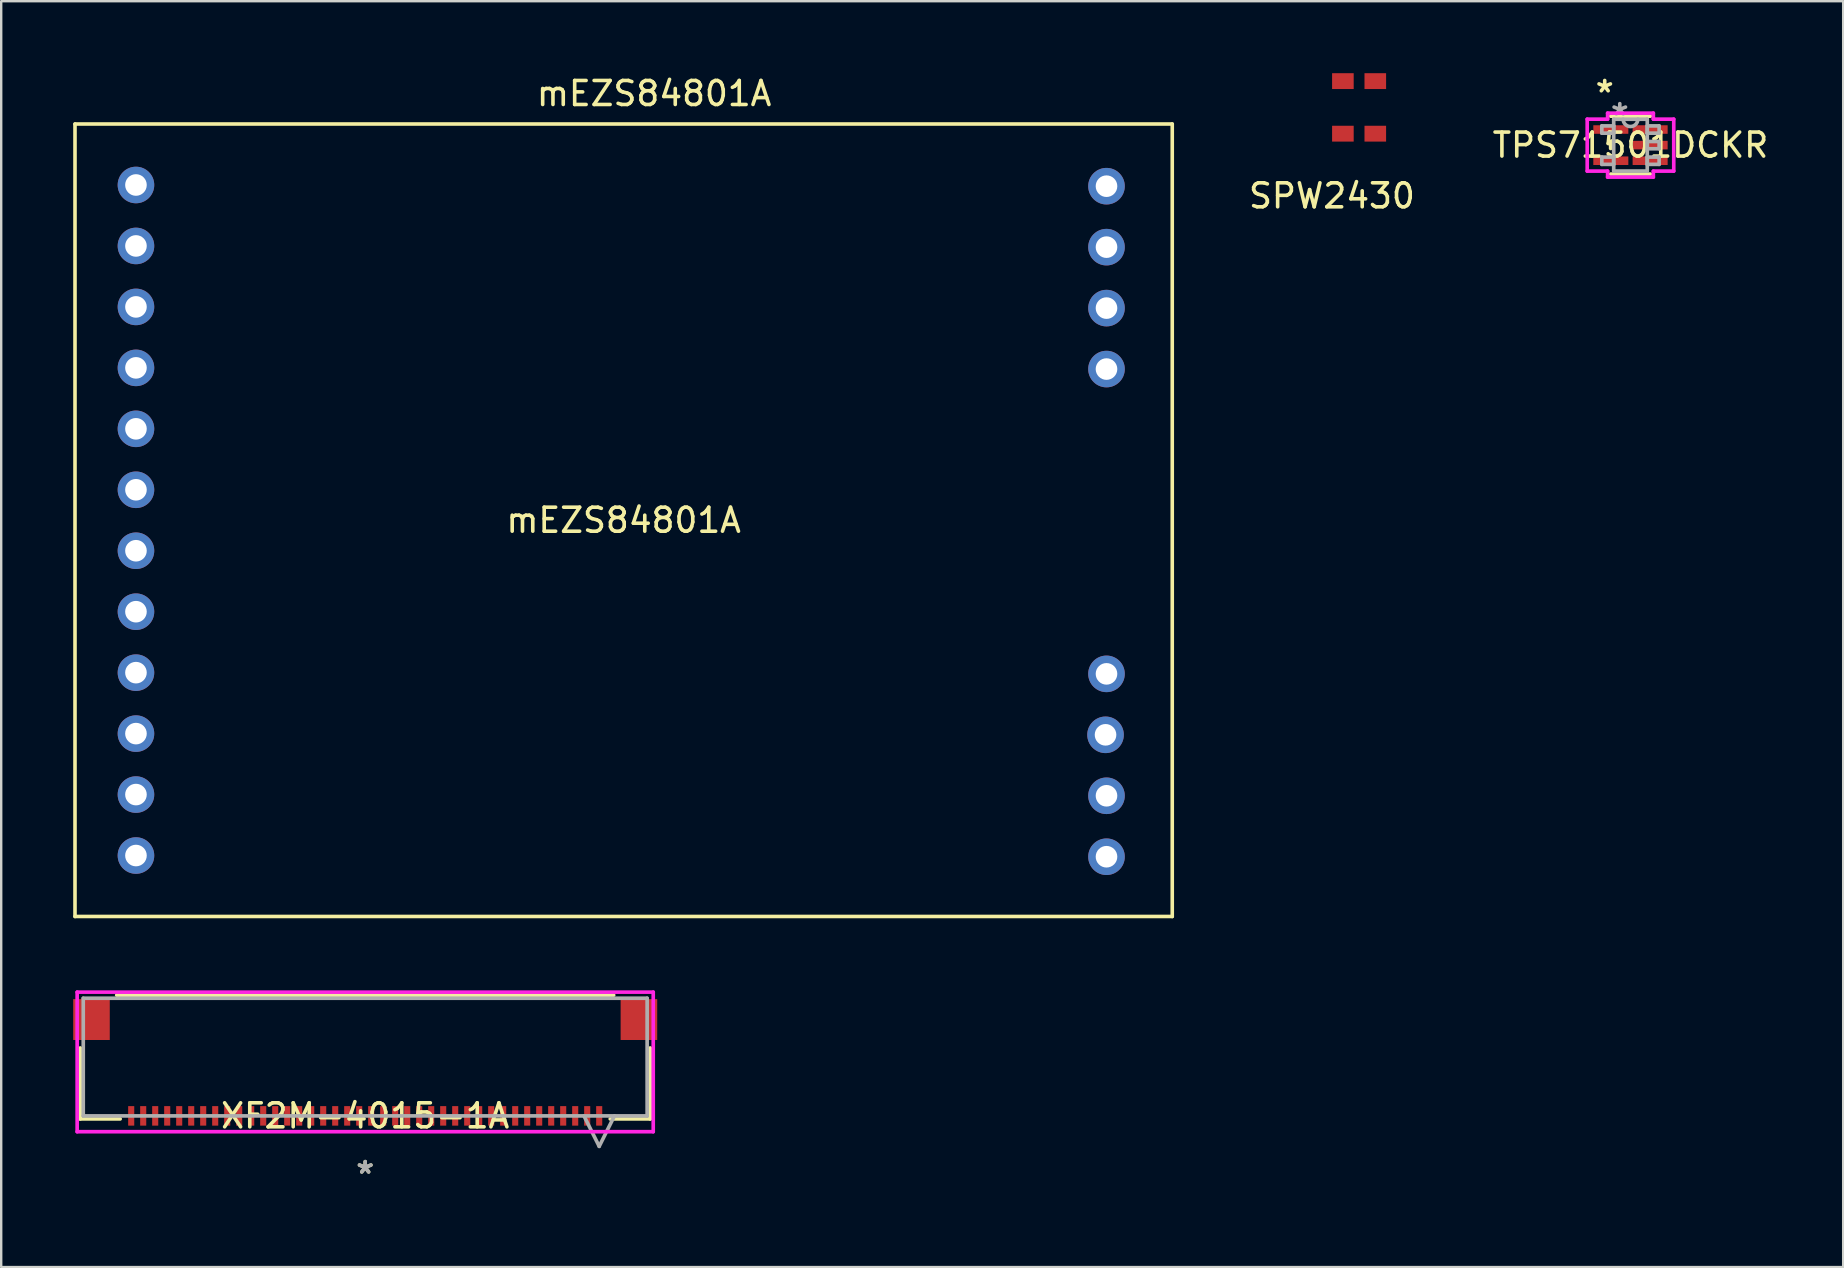
<source format=kicad_pcb>
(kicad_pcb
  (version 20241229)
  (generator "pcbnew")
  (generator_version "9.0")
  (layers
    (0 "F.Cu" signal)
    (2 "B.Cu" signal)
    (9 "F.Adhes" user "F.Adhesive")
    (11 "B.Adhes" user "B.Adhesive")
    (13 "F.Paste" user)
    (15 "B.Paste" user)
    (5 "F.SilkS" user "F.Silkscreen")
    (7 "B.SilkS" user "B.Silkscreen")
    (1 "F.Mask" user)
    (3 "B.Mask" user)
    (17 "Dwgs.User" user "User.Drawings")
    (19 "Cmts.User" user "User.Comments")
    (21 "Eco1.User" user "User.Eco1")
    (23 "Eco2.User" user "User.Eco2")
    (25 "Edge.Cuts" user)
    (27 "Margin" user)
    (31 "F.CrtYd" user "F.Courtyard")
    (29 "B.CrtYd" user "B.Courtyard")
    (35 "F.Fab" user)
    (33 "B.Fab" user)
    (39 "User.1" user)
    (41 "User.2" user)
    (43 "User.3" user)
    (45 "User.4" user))
  (footprint "XF2M-4015-1A"
    (layer "F.Cu")
    (at 12.167 45.897)
    (property "Reference" "XF2M-4015-1A" (at 0 -2.451 0) (layer "F.SilkS") (effects (font (size 1 1) (thickness 0.15))))
    (attr through_hole)
    (fp_line (start -11.874 -5.281) (end -11.874 -2.324) (stroke (width 0.152) (type solid)) (layer "F.SilkS"))
    (fp_line (start -11.874 -2.324) (end -10.21 -2.324) (stroke (width 0.152) (type solid)) (layer "F.SilkS"))
    (fp_line (start 10.21 -2.324) (end 11.874 -2.324) (stroke (width 0.152) (type solid)) (layer "F.SilkS"))
    (fp_line (start 10.354 -7.48) (end -10.354 -7.48) (stroke (width 0.152) (type solid)) (layer "F.SilkS"))
    (fp_line (start 11.874 -2.324) (end 11.874 -5.281) (stroke (width 0.152) (type solid)) (layer "F.SilkS"))
    (fp_line (start -12.002 -7.607) (end -12.002 -1.791) (stroke (width 0.152) (type solid)) (layer "F.CrtYd"))
    (fp_line (start -12.002 -1.791) (end 12.002 -1.791) (stroke (width 0.152) (type solid)) (layer "F.CrtYd"))
    (fp_line (start 12.002 -7.607) (end -12.002 -7.607) (stroke (width 0.152) (type solid)) (layer "F.CrtYd"))
    (fp_line (start 12.002 -1.791) (end 12.002 -7.607) (stroke (width 0.152) (type solid)) (layer "F.CrtYd"))
    (fp_line (start -11.748 -7.353) (end -11.748 -2.451) (stroke (width 0.152) (type solid)) (layer "F.Fab"))
    (fp_line (start -11.748 -2.451) (end 11.748 -2.451) (stroke (width 0.152) (type solid)) (layer "F.Fab"))
    (fp_line (start 9.115 -2.451) (end 9.75 -1.181) (stroke (width 0.152) (type solid)) (layer "F.Fab"))
    (fp_line (start 10.385 -2.451) (end 9.75 -1.181) (stroke (width 0.152) (type solid)) (layer "F.Fab"))
    (fp_line (start 11.748 -7.353) (end -11.748 -7.353) (stroke (width 0.152) (type solid)) (layer "F.Fab"))
    (fp_line (start 11.748 -2.451) (end 11.748 -7.353) (stroke (width 0.152) (type solid)) (layer "F.Fab"))
    (fp_text user "*" (at 0 0 0) (layer "F.SilkS") (effects (font (size 1 1) (thickness 0.15))))
    (fp_text user "Copyright 2016 Accelerated Designs. All rights reserved." (at 0 0 0) (layer "Cmts.User") (effects (font (size 0.127 0.127) (thickness 0.002))))
    (fp_text user "*" (at 0 0 0) (layer "F.Fab") (effects (font (size 1 1) (thickness 0.15))))
    (pad "1" smd rect (at 9.75 -2.451 90) (size 0.813 0.254) (layers "F.Cu" "F.Mask" "F.Paste"))
    (pad "2" smd rect (at 9.25 -2.451 90) (size 0.813 0.254) (layers "F.Cu" "F.Mask" "F.Paste"))
    (pad "3" smd rect (at 8.75 -2.451 90) (size 0.813 0.254) (layers "F.Cu" "F.Mask" "F.Paste"))
    (pad "4" smd rect (at 8.25 -2.451 90) (size 0.813 0.254) (layers "F.Cu" "F.Mask" "F.Paste"))
    (pad "5" smd rect (at 7.75 -2.451 90) (size 0.813 0.254) (layers "F.Cu" "F.Mask" "F.Paste"))
    (pad "6" smd rect (at 7.25 -2.451 90) (size 0.813 0.254) (layers "F.Cu" "F.Mask" "F.Paste"))
    (pad "7" smd rect (at 6.75 -2.451 90) (size 0.813 0.254) (layers "F.Cu" "F.Mask" "F.Paste"))
    (pad "8" smd rect (at 6.25 -2.451 90) (size 0.813 0.254) (layers "F.Cu" "F.Mask" "F.Paste"))
    (pad "9" smd rect (at 5.75 -2.451 90) (size 0.813 0.254) (layers "F.Cu" "F.Mask" "F.Paste"))
    (pad "10" smd rect (at 5.25 -2.451 90) (size 0.813 0.254) (layers "F.Cu" "F.Mask" "F.Paste"))
    (pad "11" smd rect (at 4.75 -2.451 90) (size 0.813 0.254) (layers "F.Cu" "F.Mask" "F.Paste"))
    (pad "12" smd rect (at 4.25 -2.451 90) (size 0.813 0.254) (layers "F.Cu" "F.Mask" "F.Paste"))
    (pad "13" smd rect (at 3.75 -2.451 90) (size 0.813 0.254) (layers "F.Cu" "F.Mask" "F.Paste"))
    (pad "14" smd rect (at 3.25 -2.451 90) (size 0.813 0.254) (layers "F.Cu" "F.Mask" "F.Paste"))
    (pad "15" smd rect (at 2.75 -2.451 90) (size 0.813 0.254) (layers "F.Cu" "F.Mask" "F.Paste"))
    (pad "16" smd rect (at 2.25 -2.451 90) (size 0.813 0.254) (layers "F.Cu" "F.Mask" "F.Paste"))
    (pad "17" smd rect (at 1.75 -2.451 90) (size 0.813 0.254) (layers "F.Cu" "F.Mask" "F.Paste"))
    (pad "18" smd rect (at 1.25 -2.451 90) (size 0.813 0.254) (layers "F.Cu" "F.Mask" "F.Paste"))
    (pad "19" smd rect (at 0.75 -2.451 90) (size 0.813 0.254) (layers "F.Cu" "F.Mask" "F.Paste"))
    (pad "20" smd rect (at 0.25 -2.451 90) (size 0.813 0.254) (layers "F.Cu" "F.Mask" "F.Paste"))
    (pad "21" smd rect (at -0.25 -2.451 90) (size 0.813 0.254) (layers "F.Cu" "F.Mask" "F.Paste"))
    (pad "22" smd rect (at -0.75 -2.451 90) (size 0.813 0.254) (layers "F.Cu" "F.Mask" "F.Paste"))
    (pad "23" smd rect (at -1.25 -2.451 90) (size 0.813 0.254) (layers "F.Cu" "F.Mask" "F.Paste"))
    (pad "24" smd rect (at -1.75 -2.451 90) (size 0.813 0.254) (layers "F.Cu" "F.Mask" "F.Paste"))
    (pad "25" smd rect (at -2.25 -2.451 90) (size 0.813 0.254) (layers "F.Cu" "F.Mask" "F.Paste"))
    (pad "26" smd rect (at -2.75 -2.451 90) (size 0.813 0.254) (layers "F.Cu" "F.Mask" "F.Paste"))
    (pad "27" smd rect (at -3.25 -2.451 90) (size 0.813 0.254) (layers "F.Cu" "F.Mask" "F.Paste"))
    (pad "28" smd rect (at -3.75 -2.451 90) (size 0.813 0.254) (layers "F.Cu" "F.Mask" "F.Paste"))
    (pad "29" smd rect (at -4.25 -2.451 90) (size 0.813 0.254) (layers "F.Cu" "F.Mask" "F.Paste"))
    (pad "30" smd rect (at -4.75 -2.451 90) (size 0.813 0.254) (layers "F.Cu" "F.Mask" "F.Paste"))
    (pad "31" smd rect (at -5.25 -2.451 90) (size 0.813 0.254) (layers "F.Cu" "F.Mask" "F.Paste"))
    (pad "32" smd rect (at -5.75 -2.451 90) (size 0.813 0.254) (layers "F.Cu" "F.Mask" "F.Paste"))
    (pad "33" smd rect (at -6.25 -2.451 90) (size 0.813 0.254) (layers "F.Cu" "F.Mask" "F.Paste"))
    (pad "34" smd rect (at -6.75 -2.451 90) (size 0.813 0.254) (layers "F.Cu" "F.Mask" "F.Paste"))
    (pad "35" smd rect (at -7.25 -2.451 90) (size 0.813 0.254) (layers "F.Cu" "F.Mask" "F.Paste"))
    (pad "36" smd rect (at -7.75 -2.451 90) (size 0.813 0.254) (layers "F.Cu" "F.Mask" "F.Paste"))
    (pad "37" smd rect (at -8.25 -2.451 90) (size 0.813 0.254) (layers "F.Cu" "F.Mask" "F.Paste"))
    (pad "38" smd rect (at -8.75 -2.451 90) (size 0.813 0.254) (layers "F.Cu" "F.Mask" "F.Paste"))
    (pad "39" smd rect (at -9.25 -2.451 90) (size 0.813 0.254) (layers "F.Cu" "F.Mask" "F.Paste"))
    (pad "40" smd rect (at -9.75 -2.451 90) (size 0.813 0.254) (layers "F.Cu" "F.Mask" "F.Paste"))
    (pad "41" smd rect (at -11.405 -6.464) (size 1.524 1.702) (layers "F.Cu" "F.Mask" "F.Paste"))
    (pad "42" smd rect (at 11.405 -6.464) (size 1.524 1.702) (layers "F.Cu" "F.Mask" "F.Paste")))
  (footprint "mEZS84801A"
    (layer "F.Cu")
    (at 2.615 4.658)
    (property "Reference" "mEZS84801A" (at 21.59 -3.81 0) (layer "F.SilkS") (effects (font (size 1 1) (thickness 0.15))))
    (attr through_hole)
    (fp_line (start -2.54 -2.54) (end 43.18 -2.54) (stroke (width 0.15) (type solid)) (layer "F.SilkS"))
    (fp_line (start -2.54 30.48) (end -2.54 -2.54) (stroke (width 0.15) (type solid)) (layer "F.SilkS"))
    (fp_line (start 43.18 -2.54) (end 43.18 30.48) (stroke (width 0.15) (type solid)) (layer "F.SilkS"))
    (fp_line (start 43.18 30.48) (end -2.54 30.48) (stroke (width 0.15) (type solid)) (layer "F.SilkS"))
    (fp_text user "mEZS84801A" (at 20.32 13.97 0) (layer "F.SilkS") (effects (font (size 1 1) (thickness 0.15))))
    (pad "1" thru_hole circle (at 0 0) (size 1.524 1.524) (drill 0.9) (layers "*.Cu" "*.Mask"))
    (pad "2" thru_hole circle (at 0 2.54) (size 1.524 1.524) (drill 0.9) (layers "*.Cu" "*.Mask"))
    (pad "3" thru_hole circle (at 0 5.08) (size 1.524 1.524) (drill 0.9) (layers "*.Cu" "*.Mask"))
    (pad "4" thru_hole circle (at 0 7.62) (size 1.524 1.524) (drill 0.9) (layers "*.Cu" "*.Mask"))
    (pad "5" thru_hole circle (at 0 10.16) (size 1.524 1.524) (drill 0.9) (layers "*.Cu" "*.Mask"))
    (pad "6" thru_hole circle (at 0 12.7) (size 1.524 1.524) (drill 0.9) (layers "*.Cu" "*.Mask"))
    (pad "7" thru_hole circle (at 0 15.24) (size 1.524 1.524) (drill 0.9) (layers "*.Cu" "*.Mask"))
    (pad "8" thru_hole circle (at 0 17.78) (size 1.524 1.524) (drill 0.9) (layers "*.Cu" "*.Mask"))
    (pad "9" thru_hole circle (at 0 20.32) (size 1.524 1.524) (drill 0.9) (layers "*.Cu" "*.Mask"))
    (pad "10" thru_hole circle (at 0 22.86) (size 1.524 1.524) (drill 0.9) (layers "*.Cu" "*.Mask"))
    (pad "11" thru_hole circle (at 0 25.4) (size 1.524 1.524) (drill 0.9) (layers "*.Cu" "*.Mask"))
    (pad "12" thru_hole circle (at 0 27.94) (size 1.524 1.524) (drill 0.9) (layers "*.Cu" "*.Mask"))
    (pad "13" thru_hole circle (at 40.44 27.99) (size 1.524 1.524) (drill 0.9) (layers "*.Cu" "*.Mask"))
    (pad "14" thru_hole circle (at 40.44 25.45) (size 1.524 1.524) (drill 0.9) (layers "*.Cu" "*.Mask"))
    (pad "15" thru_hole circle (at 40.4 22.91) (size 1.524 1.524) (drill 0.9) (layers "*.Cu" "*.Mask"))
    (pad "16" thru_hole circle (at 40.44 20.37) (size 1.524 1.524) (drill 0.9) (layers "*.Cu" "*.Mask"))
    (pad "17" thru_hole circle (at 40.44 7.67) (size 1.524 1.524) (drill 0.9) (layers "*.Cu" "*.Mask"))
    (pad "18" thru_hole circle (at 40.44 5.13) (size 1.524 1.524) (drill 0.9) (layers "*.Cu" "*.Mask"))
    (pad "19" thru_hole circle (at 40.44 2.59) (size 1.524 1.524) (drill 0.9) (layers "*.Cu" "*.Mask"))
    (pad "20" thru_hole circle (at 40.44 0.05) (size 1.524 1.524) (drill 0.9) (layers "*.Cu" "*.Mask")))
  (footprint "SPW2430"
    (layer "F.Cu")
    (at 52.905 2.52)
    (property "Reference" "SPW2430" (at -0.457 2.591 0) (layer "F.SilkS") (effects (font (size 1 1) (thickness 0.15))))
    (attr through_hole)
    (pad "1" smd rect (at 1.35 -2.19 90) (size 0.66 0.9) (layers "F.Cu" "F.Mask" "F.Paste"))
    (pad "2" smd rect (at 1.35 0 90) (size 0.66 0.9) (layers "F.Cu" "F.Mask" "F.Paste"))
    (pad "3" smd rect (at 0 0) (size 0.9 0.66) (layers "F.Cu" "F.Mask" "F.Paste"))
    (pad "4" smd rect (at 0 -2.19 90) (size 0.66 0.9) (layers "F.Cu" "F.Mask" "F.Paste")))
  (footprint "TPS71501DCKR"
    (layer "F.Cu")
    (at 64.888 2.997)
    (property "Reference" "TPS71501DCKR" (at 0 0 0) (layer "F.SilkS") (effects (font (size 1 1) (thickness 0.15))))
    (attr through_hole)
    (fp_line (start -0.826 -0.139) (end -0.826 0.139) (stroke (width 0.152) (type solid)) (layer "F.SilkS"))
    (fp_line (start -0.826 1.206) (end 0.826 1.206) (stroke (width 0.152) (type solid)) (layer "F.SilkS"))
    (fp_line (start 0.826 -1.206) (end -0.826 -1.206) (stroke (width 0.152) (type solid)) (layer "F.SilkS"))
    (fp_line (start -1.803 -1.082) (end -0.953 -1.082) (stroke (width 0.152) (type solid)) (layer "F.CrtYd"))
    (fp_line (start -1.803 1.082) (end -1.803 -1.082) (stroke (width 0.152) (type solid)) (layer "F.CrtYd"))
    (fp_line (start -0.953 -1.333) (end 0.953 -1.333) (stroke (width 0.152) (type solid)) (layer "F.CrtYd"))
    (fp_line (start -0.953 -1.082) (end -0.953 -1.333) (stroke (width 0.152) (type solid)) (layer "F.CrtYd"))
    (fp_line (start -0.953 1.082) (end -1.803 1.082) (stroke (width 0.152) (type solid)) (layer "F.CrtYd"))
    (fp_line (start -0.953 1.333) (end -0.953 1.082) (stroke (width 0.152) (type solid)) (layer "F.CrtYd"))
    (fp_line (start 0.953 -1.333) (end 0.953 -1.082) (stroke (width 0.152) (type solid)) (layer "F.CrtYd"))
    (fp_line (start 0.953 -1.082) (end 1.803 -1.082) (stroke (width 0.152) (type solid)) (layer "F.CrtYd"))
    (fp_line (start 0.953 1.082) (end 0.953 1.333) (stroke (width 0.152) (type solid)) (layer "F.CrtYd"))
    (fp_line (start 0.953 1.333) (end -0.953 1.333) (stroke (width 0.152) (type solid)) (layer "F.CrtYd"))
    (fp_line (start 1.803 -1.082) (end 1.803 1.082) (stroke (width 0.152) (type solid)) (layer "F.CrtYd"))
    (fp_line (start 1.803 1.082) (end 0.953 1.082) (stroke (width 0.152) (type solid)) (layer "F.CrtYd"))
    (fp_line (start -1.194 -0.802) (end -1.194 -0.498) (stroke (width 0.152) (type solid)) (layer "F.Fab"))
    (fp_line (start -1.194 -0.498) (end -0.699 -0.498) (stroke (width 0.152) (type solid)) (layer "F.Fab"))
    (fp_line (start -1.194 0.498) (end -1.194 0.802) (stroke (width 0.152) (type solid)) (layer "F.Fab"))
    (fp_line (start -1.194 0.802) (end -0.699 0.802) (stroke (width 0.152) (type solid)) (layer "F.Fab"))
    (fp_line (start -0.699 -1.079) (end -0.699 1.079) (stroke (width 0.152) (type solid)) (layer "F.Fab"))
    (fp_line (start -0.699 -0.802) (end -1.194 -0.802) (stroke (width 0.152) (type solid)) (layer "F.Fab"))
    (fp_line (start -0.699 -0.498) (end -0.699 -0.802) (stroke (width 0.152) (type solid)) (layer "F.Fab"))
    (fp_line (start -0.699 0.498) (end -1.194 0.498) (stroke (width 0.152) (type solid)) (layer "F.Fab"))
    (fp_line (start -0.699 0.802) (end -0.699 0.498) (stroke (width 0.152) (type solid)) (layer "F.Fab"))
    (fp_line (start -0.699 1.079) (end 0.699 1.079) (stroke (width 0.152) (type solid)) (layer "F.Fab"))
    (fp_line (start 0.699 -1.079) (end -0.699 -1.079) (stroke (width 0.152) (type solid)) (layer "F.Fab"))
    (fp_line (start 0.699 -0.802) (end 0.699 -0.498) (stroke (width 0.152) (type solid)) (layer "F.Fab"))
    (fp_line (start 0.699 -0.498) (end 1.194 -0.498) (stroke (width 0.152) (type solid)) (layer "F.Fab"))
    (fp_line (start 0.699 -0.152) (end 0.699 0.152) (stroke (width 0.152) (type solid)) (layer "F.Fab"))
    (fp_line (start 0.699 0.152) (end 1.194 0.152) (stroke (width 0.152) (type solid)) (layer "F.Fab"))
    (fp_line (start 0.699 0.498) (end 0.699 0.802) (stroke (width 0.152) (type solid)) (layer "F.Fab"))
    (fp_line (start 0.699 0.802) (end 1.194 0.802) (stroke (width 0.152) (type solid)) (layer "F.Fab"))
    (fp_line (start 0.699 1.079) (end 0.699 -1.079) (stroke (width 0.152) (type solid)) (layer "F.Fab"))
    (fp_line (start 1.194 -0.802) (end 0.699 -0.802) (stroke (width 0.152) (type solid)) (layer "F.Fab"))
    (fp_line (start 1.194 -0.498) (end 1.194 -0.802) (stroke (width 0.152) (type solid)) (layer "F.Fab"))
    (fp_line (start 1.194 -0.152) (end 0.699 -0.152) (stroke (width 0.152) (type solid)) (layer "F.Fab"))
    (fp_line (start 1.194 0.152) (end 1.194 -0.152) (stroke (width 0.152) (type solid)) (layer "F.Fab"))
    (fp_line (start 1.194 0.498) (end 0.699 0.498) (stroke (width 0.152) (type solid)) (layer "F.Fab"))
    (fp_line (start 1.194 0.802) (end 1.194 0.498) (stroke (width 0.152) (type solid)) (layer "F.Fab"))
    (fp_arc (start 0.3048 -1.0795) (mid 0 -0.7747) (end -0.3048 -1.0795) (stroke (width 0.1524) (type solid)) (layer "F.Fab"))
    (fp_text user "*" (at -1.073 -2.149 0) (layer "F.SilkS") (effects (font (size 1 1) (thickness 0.15))))
    (fp_text user "Copyright 2016 Accelerated Designs. All rights reserved." (at 0 0 0) (layer "Cmts.User") (effects (font (size 0.127 0.127) (thickness 0.002))))
    (fp_text user "*" (at -0.445 -1.183 0) (layer "F.Fab") (effects (font (size 1 1) (thickness 0.15))))
    (pad "1" smd rect (at -0.819 -0.65) (size 1.46 0.356) (layers "F.Cu" "F.Mask" "F.Paste"))
    (pad "2" smd rect (at -0.819 0.65) (size 1.46 0.356) (layers "F.Cu" "F.Mask" "F.Paste"))
    (pad "3" smd rect (at 0.819 0.65) (size 1.46 0.356) (layers "F.Cu" "F.Mask" "F.Paste"))
    (pad "4" smd rect (at 0.819 0) (size 1.46 0.356) (layers "F.Cu" "F.Mask" "F.Paste"))
    (pad "5" smd rect (at 0.819 -0.65) (size 1.46 0.356) (layers "F.Cu" "F.Mask" "F.Paste")))
  (gr_rect
    (start -3 -3)
    (end 73.751 49.745)
    (stroke (width 0.1) (type default))
    (fill no)
    (layer "Edge.Cuts")))
</source>
